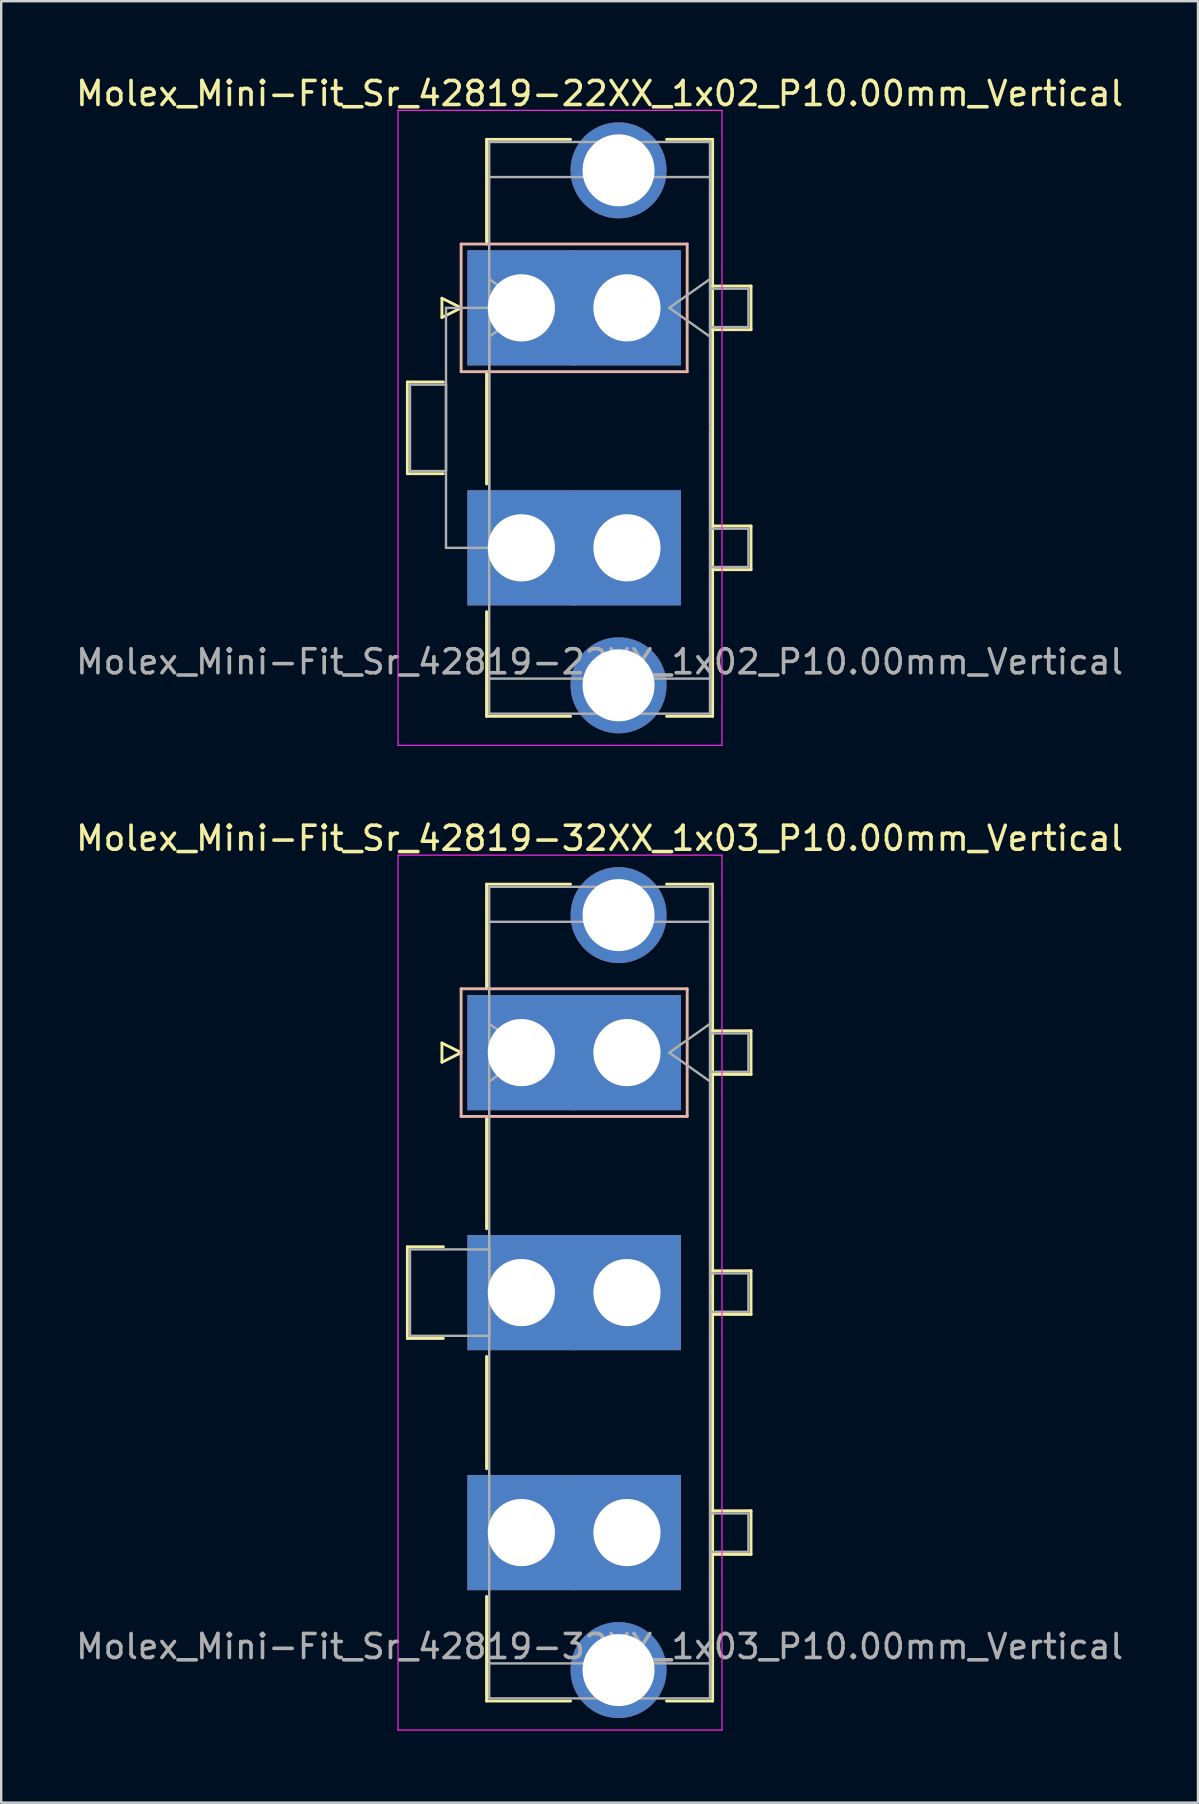
<source format=kicad_pcb>
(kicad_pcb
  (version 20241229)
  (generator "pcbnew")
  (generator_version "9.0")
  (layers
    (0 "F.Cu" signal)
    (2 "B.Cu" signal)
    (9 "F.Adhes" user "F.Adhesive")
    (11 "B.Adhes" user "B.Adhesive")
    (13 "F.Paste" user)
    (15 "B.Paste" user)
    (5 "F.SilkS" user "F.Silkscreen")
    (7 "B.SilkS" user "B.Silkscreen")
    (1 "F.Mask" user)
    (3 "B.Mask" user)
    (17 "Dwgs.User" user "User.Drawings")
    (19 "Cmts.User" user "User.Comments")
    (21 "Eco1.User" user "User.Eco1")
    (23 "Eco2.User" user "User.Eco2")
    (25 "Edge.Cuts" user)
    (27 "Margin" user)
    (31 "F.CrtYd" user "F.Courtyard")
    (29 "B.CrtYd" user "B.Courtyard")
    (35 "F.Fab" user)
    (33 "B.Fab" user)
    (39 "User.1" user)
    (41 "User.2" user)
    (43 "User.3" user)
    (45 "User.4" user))
  (footprint "Molex_Mini-Fit_Sr_42819-22XX_1x02_P10.00mm_Vertical"
    (layer "F.Cu")
    (at 18.675 9.778)
    (property "Reference" "Molex_Mini-Fit_Sr_42819-22XX_1x02_P10.00mm_Vertical" (at 3.26 -8.93 0) (layer "F.SilkS") (effects (font (size 1 1) (thickness 0.15))))
    (attr through_hole)
    (fp_line (start -4.75 3.09) (end -4.75 6.91) (stroke (width 0.12) (type solid)) (layer "F.SilkS"))
    (fp_line (start -4.75 6.91) (end -3.25 6.91) (stroke (width 0.12) (type solid)) (layer "F.SilkS"))
    (fp_line (start -3.31 -0.4) (end -3.31 0.4) (stroke (width 0.12) (type solid)) (layer "F.SilkS"))
    (fp_line (start -3.31 0.4) (end -2.51 0) (stroke (width 0.12) (type solid)) (layer "F.SilkS"))
    (fp_line (start -3.25 3.09) (end -4.75 3.09) (stroke (width 0.12) (type solid)) (layer "F.SilkS"))
    (fp_line (start -2.51 0) (end -3.31 -0.4) (stroke (width 0.12) (type solid)) (layer "F.SilkS"))
    (fp_line (start -1.45 -7.02) (end 2.05 -7.02) (stroke (width 0.12) (type solid)) (layer "F.SilkS"))
    (fp_line (start -1.45 -2.66) (end -1.45 -7.02) (stroke (width 0.12) (type solid)) (layer "F.SilkS"))
    (fp_line (start -1.45 2.66) (end -1.45 7.34) (stroke (width 0.12) (type solid)) (layer "F.SilkS"))
    (fp_line (start -1.45 12.66) (end -1.45 17.02) (stroke (width 0.12) (type solid)) (layer "F.SilkS"))
    (fp_line (start -1.45 17.02) (end 2.05 17.02) (stroke (width 0.12) (type solid)) (layer "F.SilkS"))
    (fp_line (start 6.05 -7.02) (end 7.97 -7.02) (stroke (width 0.12) (type solid)) (layer "F.SilkS"))
    (fp_line (start 6.05 17.02) (end 7.97 17.02) (stroke (width 0.12) (type solid)) (layer "F.SilkS"))
    (fp_line (start 7.97 -7.02) (end 7.97 5) (stroke (width 0.12) (type solid)) (layer "F.SilkS"))
    (fp_line (start 7.97 -0.91) (end 9.57 -0.91) (stroke (width 0.12) (type solid)) (layer "F.SilkS"))
    (fp_line (start 7.97 9.09) (end 9.57 9.09) (stroke (width 0.12) (type solid)) (layer "F.SilkS"))
    (fp_line (start 7.97 17.02) (end 7.97 5) (stroke (width 0.12) (type solid)) (layer "F.SilkS"))
    (fp_line (start 9.57 -0.91) (end 9.57 0.91) (stroke (width 0.12) (type solid)) (layer "F.SilkS"))
    (fp_line (start 9.57 0.91) (end 7.97 0.91) (stroke (width 0.12) (type solid)) (layer "F.SilkS"))
    (fp_line (start 9.57 9.09) (end 9.57 10.91) (stroke (width 0.12) (type solid)) (layer "F.SilkS"))
    (fp_line (start 9.57 10.91) (end 7.97 10.91) (stroke (width 0.12) (type solid)) (layer "F.SilkS"))
    (fp_line (start -2.51 -2.66) (end -2.51 2.66) (stroke (width 0.12) (type solid)) (layer "B.SilkS"))
    (fp_line (start -2.51 2.66) (end 6.91 2.66) (stroke (width 0.12) (type solid)) (layer "B.SilkS"))
    (fp_line (start 6.91 -2.66) (end -2.51 -2.66) (stroke (width 0.12) (type solid)) (layer "B.SilkS"))
    (fp_line (start 6.91 2.66) (end 6.91 -2.66) (stroke (width 0.12) (type solid)) (layer "B.SilkS"))
    (fp_line (start -5.14 -8.23) (end -5.14 18.23) (stroke (width 0.05) (type solid)) (layer "F.CrtYd"))
    (fp_line (start -5.14 18.23) (end 8.36 18.23) (stroke (width 0.05) (type solid)) (layer "F.CrtYd"))
    (fp_line (start 8.36 -8.23) (end -5.14 -8.23) (stroke (width 0.05) (type solid)) (layer "F.CrtYd"))
    (fp_line (start 8.36 18.23) (end 8.36 -8.23) (stroke (width 0.05) (type solid)) (layer "F.CrtYd"))
    (fp_line (start -4.64 3.2) (end -3.14 3.2) (stroke (width 0.1) (type solid)) (layer "F.Fab"))
    (fp_line (start -4.64 6.8) (end -4.64 3.2) (stroke (width 0.1) (type solid)) (layer "F.Fab"))
    (fp_line (start -3.14 0) (end -1.34 0) (stroke (width 0.1) (type solid)) (layer "F.Fab"))
    (fp_line (start -3.14 3.2) (end -3.14 6.8) (stroke (width 0.1) (type solid)) (layer "F.Fab"))
    (fp_line (start -3.14 6.8) (end -4.64 6.8) (stroke (width 0.1) (type solid)) (layer "F.Fab"))
    (fp_line (start -3.14 10) (end -3.14 0) (stroke (width 0.1) (type solid)) (layer "F.Fab"))
    (fp_line (start -1.34 -6.91) (end -1.34 16.91) (stroke (width 0.1) (type solid)) (layer "F.Fab"))
    (fp_line (start -1.34 -5.45) (end 7.86 -5.45) (stroke (width 0.1) (type solid)) (layer "F.Fab"))
    (fp_line (start -1.34 -1.2) (end 0.357 0) (stroke (width 0.1) (type solid)) (layer "F.Fab"))
    (fp_line (start -1.34 0) (end -1.34 10) (stroke (width 0.1) (type solid)) (layer "F.Fab"))
    (fp_line (start -1.34 10) (end -3.14 10) (stroke (width 0.1) (type solid)) (layer "F.Fab"))
    (fp_line (start -1.34 15.45) (end 7.86 15.45) (stroke (width 0.1) (type solid)) (layer "F.Fab"))
    (fp_line (start -1.34 16.91) (end 7.86 16.91) (stroke (width 0.1) (type solid)) (layer "F.Fab"))
    (fp_line (start 0.357 0) (end -1.34 1.2) (stroke (width 0.1) (type solid)) (layer "F.Fab"))
    (fp_line (start 6.163 0) (end 7.86 1.2) (stroke (width 0.1) (type solid)) (layer "F.Fab"))
    (fp_line (start 7.86 -6.91) (end -1.34 -6.91) (stroke (width 0.1) (type solid)) (layer "F.Fab"))
    (fp_line (start 7.86 -1.2) (end 6.163 0) (stroke (width 0.1) (type solid)) (layer "F.Fab"))
    (fp_line (start 7.86 -0.8) (end 9.46 -0.8) (stroke (width 0.1) (type solid)) (layer "F.Fab"))
    (fp_line (start 7.86 9.2) (end 9.46 9.2) (stroke (width 0.1) (type solid)) (layer "F.Fab"))
    (fp_line (start 7.86 16.91) (end 7.86 -6.91) (stroke (width 0.1) (type solid)) (layer "F.Fab"))
    (fp_line (start 9.46 -0.8) (end 9.46 0.8) (stroke (width 0.1) (type solid)) (layer "F.Fab"))
    (fp_line (start 9.46 0.8) (end 7.86 0.8) (stroke (width 0.1) (type solid)) (layer "F.Fab"))
    (fp_line (start 9.46 9.2) (end 9.46 10.8) (stroke (width 0.1) (type solid)) (layer "F.Fab"))
    (fp_line (start 9.46 10.8) (end 7.86 10.8) (stroke (width 0.1) (type solid)) (layer "F.Fab"))
    (fp_text user "${REFERENCE}" (at 3.26 14.75 0) (layer "F.Fab") (effects (font (size 1 1) (thickness 0.15))))
    (pad "" thru_hole circle (at 4.05 -5.73) (size 4 4) (drill 3) (layers "*.Cu" "*.Mask"))
    (pad "" thru_hole circle (at 4.05 15.73) (size 4 4) (drill 3) (layers "*.Cu" "*.Mask"))
    (pad "1" thru_hole rect (at 0 0) (size 4.5 4.8) (drill 2.8) (layers "*.Cu" "*.Mask"))
    (pad "1" thru_hole rect (at 4.4 0) (size 4.5 4.8) (drill 2.8) (layers "*.Cu" "*.Mask"))
    (pad "2" thru_hole rect (at 0 10) (size 4.5 4.8) (drill 2.8) (layers "*.Cu" "*.Mask"))
    (pad "2" thru_hole rect (at 4.4 10) (size 4.5 4.8) (drill 2.8) (layers "*.Cu" "*.Mask")))
  (footprint "Molex_Mini-Fit_Sr_42819-32XX_1x03_P10.00mm_Vertical"
    (layer "F.Cu")
    (at 18.675 40.812)
    (property "Reference" "Molex_Mini-Fit_Sr_42819-32XX_1x03_P10.00mm_Vertical" (at 3.26 -8.93 0) (layer "F.SilkS") (effects (font (size 1 1) (thickness 0.15))))
    (attr through_hole)
    (fp_line (start -4.75 8.09) (end -4.75 11.91) (stroke (width 0.12) (type solid)) (layer "F.SilkS"))
    (fp_line (start -4.75 11.91) (end -3.25 11.91) (stroke (width 0.12) (type solid)) (layer "F.SilkS"))
    (fp_line (start -3.31 -0.4) (end -3.31 0.4) (stroke (width 0.12) (type solid)) (layer "F.SilkS"))
    (fp_line (start -3.31 0.4) (end -2.51 0) (stroke (width 0.12) (type solid)) (layer "F.SilkS"))
    (fp_line (start -3.25 8.09) (end -4.75 8.09) (stroke (width 0.12) (type solid)) (layer "F.SilkS"))
    (fp_line (start -2.51 0) (end -3.31 -0.4) (stroke (width 0.12) (type solid)) (layer "F.SilkS"))
    (fp_line (start -1.45 -7.02) (end 2.05 -7.02) (stroke (width 0.12) (type solid)) (layer "F.SilkS"))
    (fp_line (start -1.45 -2.66) (end -1.45 -7.02) (stroke (width 0.12) (type solid)) (layer "F.SilkS"))
    (fp_line (start -1.45 2.66) (end -1.45 7.34) (stroke (width 0.12) (type solid)) (layer "F.SilkS"))
    (fp_line (start -1.45 12.66) (end -1.45 17.34) (stroke (width 0.12) (type solid)) (layer "F.SilkS"))
    (fp_line (start -1.45 22.66) (end -1.45 27.02) (stroke (width 0.12) (type solid)) (layer "F.SilkS"))
    (fp_line (start -1.45 27.02) (end 2.05 27.02) (stroke (width 0.12) (type solid)) (layer "F.SilkS"))
    (fp_line (start 6.05 -7.02) (end 7.97 -7.02) (stroke (width 0.12) (type solid)) (layer "F.SilkS"))
    (fp_line (start 6.05 27.02) (end 7.97 27.02) (stroke (width 0.12) (type solid)) (layer "F.SilkS"))
    (fp_line (start 7.97 -7.02) (end 7.97 10) (stroke (width 0.12) (type solid)) (layer "F.SilkS"))
    (fp_line (start 7.97 -0.91) (end 9.57 -0.91) (stroke (width 0.12) (type solid)) (layer "F.SilkS"))
    (fp_line (start 7.97 9.09) (end 9.57 9.09) (stroke (width 0.12) (type solid)) (layer "F.SilkS"))
    (fp_line (start 7.97 19.09) (end 9.57 19.09) (stroke (width 0.12) (type solid)) (layer "F.SilkS"))
    (fp_line (start 7.97 27.02) (end 7.97 10) (stroke (width 0.12) (type solid)) (layer "F.SilkS"))
    (fp_line (start 9.57 -0.91) (end 9.57 0.91) (stroke (width 0.12) (type solid)) (layer "F.SilkS"))
    (fp_line (start 9.57 0.91) (end 7.97 0.91) (stroke (width 0.12) (type solid)) (layer "F.SilkS"))
    (fp_line (start 9.57 9.09) (end 9.57 10.91) (stroke (width 0.12) (type solid)) (layer "F.SilkS"))
    (fp_line (start 9.57 10.91) (end 7.97 10.91) (stroke (width 0.12) (type solid)) (layer "F.SilkS"))
    (fp_line (start 9.57 19.09) (end 9.57 20.91) (stroke (width 0.12) (type solid)) (layer "F.SilkS"))
    (fp_line (start 9.57 20.91) (end 7.97 20.91) (stroke (width 0.12) (type solid)) (layer "F.SilkS"))
    (fp_line (start -2.51 -2.66) (end -2.51 2.66) (stroke (width 0.12) (type solid)) (layer "B.SilkS"))
    (fp_line (start -2.51 2.66) (end 6.91 2.66) (stroke (width 0.12) (type solid)) (layer "B.SilkS"))
    (fp_line (start 6.91 -2.66) (end -2.51 -2.66) (stroke (width 0.12) (type solid)) (layer "B.SilkS"))
    (fp_line (start 6.91 2.66) (end 6.91 -2.66) (stroke (width 0.12) (type solid)) (layer "B.SilkS"))
    (fp_line (start -5.14 -8.23) (end -5.14 28.23) (stroke (width 0.05) (type solid)) (layer "F.CrtYd"))
    (fp_line (start -5.14 28.23) (end 8.36 28.23) (stroke (width 0.05) (type solid)) (layer "F.CrtYd"))
    (fp_line (start 8.36 -8.23) (end -5.14 -8.23) (stroke (width 0.05) (type solid)) (layer "F.CrtYd"))
    (fp_line (start 8.36 28.23) (end 8.36 -8.23) (stroke (width 0.05) (type solid)) (layer "F.CrtYd"))
    (fp_line (start -4.64 8.2) (end -1.34 8.2) (stroke (width 0.1) (type solid)) (layer "F.Fab"))
    (fp_line (start -4.64 11.8) (end -4.64 8.2) (stroke (width 0.1) (type solid)) (layer "F.Fab"))
    (fp_line (start -1.34 -6.91) (end -1.34 26.91) (stroke (width 0.1) (type solid)) (layer "F.Fab"))
    (fp_line (start -1.34 -5.45) (end 7.86 -5.45) (stroke (width 0.1) (type solid)) (layer "F.Fab"))
    (fp_line (start -1.34 -1.2) (end 0.357 0) (stroke (width 0.1) (type solid)) (layer "F.Fab"))
    (fp_line (start -1.34 8.2) (end -1.34 11.8) (stroke (width 0.1) (type solid)) (layer "F.Fab"))
    (fp_line (start -1.34 11.8) (end -4.64 11.8) (stroke (width 0.1) (type solid)) (layer "F.Fab"))
    (fp_line (start -1.34 25.45) (end 7.86 25.45) (stroke (width 0.1) (type solid)) (layer "F.Fab"))
    (fp_line (start -1.34 26.91) (end 7.86 26.91) (stroke (width 0.1) (type solid)) (layer "F.Fab"))
    (fp_line (start 0.357 0) (end -1.34 1.2) (stroke (width 0.1) (type solid)) (layer "F.Fab"))
    (fp_line (start 6.163 0) (end 7.86 1.2) (stroke (width 0.1) (type solid)) (layer "F.Fab"))
    (fp_line (start 7.86 -6.91) (end -1.34 -6.91) (stroke (width 0.1) (type solid)) (layer "F.Fab"))
    (fp_line (start 7.86 -1.2) (end 6.163 0) (stroke (width 0.1) (type solid)) (layer "F.Fab"))
    (fp_line (start 7.86 -0.8) (end 9.46 -0.8) (stroke (width 0.1) (type solid)) (layer "F.Fab"))
    (fp_line (start 7.86 9.2) (end 9.46 9.2) (stroke (width 0.1) (type solid)) (layer "F.Fab"))
    (fp_line (start 7.86 19.2) (end 9.46 19.2) (stroke (width 0.1) (type solid)) (layer "F.Fab"))
    (fp_line (start 7.86 26.91) (end 7.86 -6.91) (stroke (width 0.1) (type solid)) (layer "F.Fab"))
    (fp_line (start 9.46 -0.8) (end 9.46 0.8) (stroke (width 0.1) (type solid)) (layer "F.Fab"))
    (fp_line (start 9.46 0.8) (end 7.86 0.8) (stroke (width 0.1) (type solid)) (layer "F.Fab"))
    (fp_line (start 9.46 9.2) (end 9.46 10.8) (stroke (width 0.1) (type solid)) (layer "F.Fab"))
    (fp_line (start 9.46 10.8) (end 7.86 10.8) (stroke (width 0.1) (type solid)) (layer "F.Fab"))
    (fp_line (start 9.46 19.2) (end 9.46 20.8) (stroke (width 0.1) (type solid)) (layer "F.Fab"))
    (fp_line (start 9.46 20.8) (end 7.86 20.8) (stroke (width 0.1) (type solid)) (layer "F.Fab"))
    (fp_text user "${REFERENCE}" (at 3.26 24.75 0) (layer "F.Fab") (effects (font (size 1 1) (thickness 0.15))))
    (pad "" thru_hole circle (at 4.05 -5.73) (size 4 4) (drill 3) (layers "*.Cu" "*.Mask"))
    (pad "" thru_hole circle (at 4.05 25.73) (size 4 4) (drill 3) (layers "*.Cu" "*.Mask"))
    (pad "1" thru_hole rect (at 0 0) (size 4.5 4.8) (drill 2.8) (layers "*.Cu" "*.Mask"))
    (pad "1" thru_hole rect (at 4.4 0) (size 4.5 4.8) (drill 2.8) (layers "*.Cu" "*.Mask"))
    (pad "2" thru_hole rect (at 0 10) (size 4.5 4.8) (drill 2.8) (layers "*.Cu" "*.Mask"))
    (pad "2" thru_hole rect (at 4.4 10) (size 4.5 4.8) (drill 2.8) (layers "*.Cu" "*.Mask"))
    (pad "3" thru_hole rect (at 0 20) (size 4.5 4.8) (drill 2.8) (layers "*.Cu" "*.Mask"))
    (pad "3" thru_hole rect (at 4.4 20) (size 4.5 4.8) (drill 2.8) (layers "*.Cu" "*.Mask")))
  (gr_rect
    (start -3 -3)
    (end 46.869 72.067)
    (stroke (width 0.1) (type default))
    (fill no)
    (layer "Edge.Cuts")))
</source>
